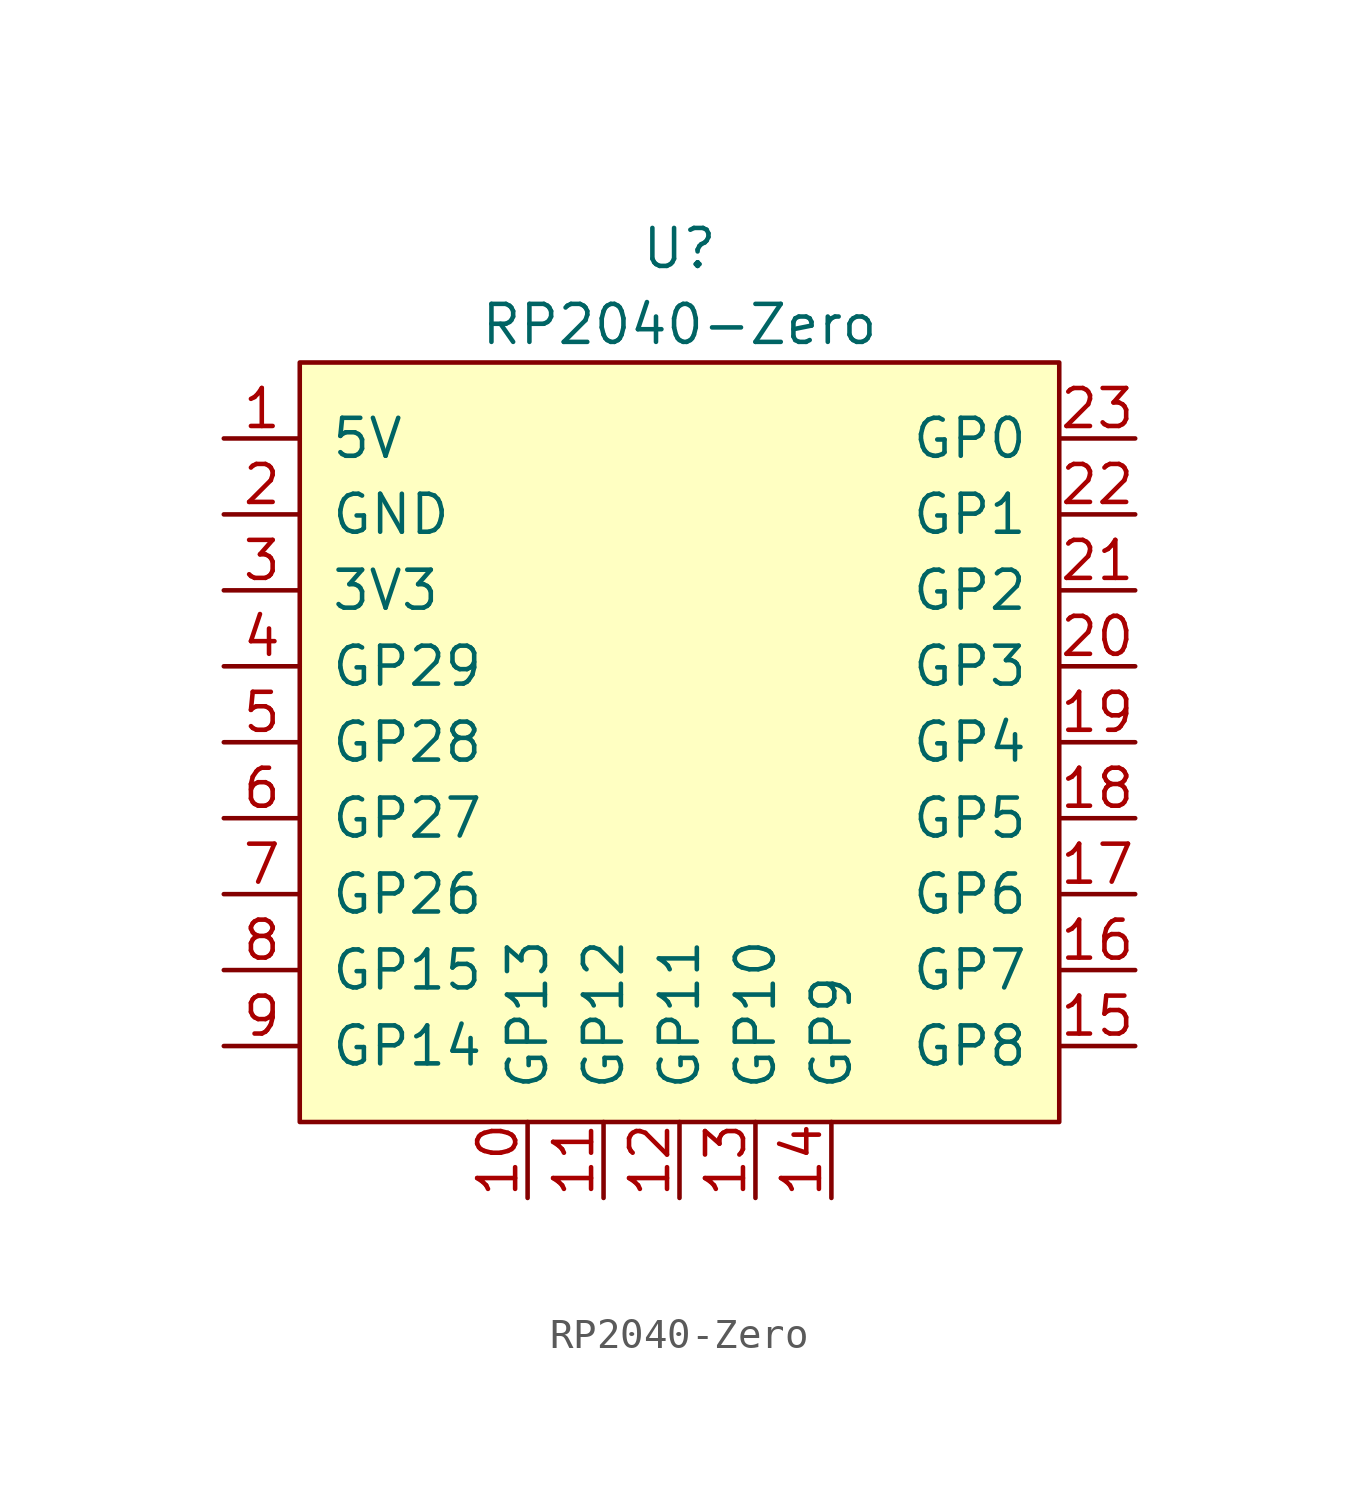
<source format=kicad_sym>
(kicad_symbol_lib
  (version 20220914)
  (generator kicad_symbol_editor)
  (symbol "RP2040-Zero"
    (pin_names
      (offset 1.016))
    (property "Reference" "U"
      (at 0 16.51 0)
      (effects (font (size 1.27 1.27))))
    (property "Value" "RP2040-Zero"
      (at 0 13.97 0)
      (effects (font (size 1.27 1.27))))
    (symbol "RP2040-Zero_1_1"
      (rectangle (start -12.7 12.7) (end 12.7 -12.7) (stroke (width 0) (type default)) (fill (type background)))
      (pin passive line (at -15.24 10.16 0) (length 2.54) (name "5V" (effects (font (size 1.27 1.27)))) (number "1" (effects (font (size 1.27 1.27)))))
      (pin bidirectional line (at -5.08 -15.24 90) (length 2.54) (name "GP13" (effects (font (size 1.27 1.27)))) (number "10" (effects (font (size 1.27 1.27)))))
      (pin bidirectional line (at -2.54 -15.24 90) (length 2.54) (name "GP12" (effects (font (size 1.27 1.27)))) (number "11" (effects (font (size 1.27 1.27)))))
      (pin bidirectional line (at 0 -15.24 90) (length 2.54) (name "GP11" (effects (font (size 1.27 1.27)))) (number "12" (effects (font (size 1.27 1.27)))))
      (pin bidirectional line (at 2.54 -15.24 90) (length 2.54) (name "GP10" (effects (font (size 1.27 1.27)))) (number "13" (effects (font (size 1.27 1.27)))))
      (pin bidirectional line (at 5.08 -15.24 90) (length 2.54) (name "GP9" (effects (font (size 1.27 1.27)))) (number "14" (effects (font (size 1.27 1.27)))))
      (pin bidirectional line (at 15.24 -10.16 180) (length 2.54) (name "GP8" (effects (font (size 1.27 1.27)))) (number "15" (effects (font (size 1.27 1.27)))))
      (pin bidirectional line (at 15.24 -7.62 180) (length 2.54) (name "GP7" (effects (font (size 1.27 1.27)))) (number "16" (effects (font (size 1.27 1.27)))))
      (pin bidirectional line (at 15.24 -5.08 180) (length 2.54) (name "GP6" (effects (font (size 1.27 1.27)))) (number "17" (effects (font (size 1.27 1.27)))))
      (pin bidirectional line (at 15.24 -2.54 180) (length 2.54) (name "GP5" (effects (font (size 1.27 1.27)))) (number "18" (effects (font (size 1.27 1.27)))))
      (pin bidirectional line (at 15.24 0 180) (length 2.54) (name "GP4" (effects (font (size 1.27 1.27)))) (number "19" (effects (font (size 1.27 1.27)))))
      (pin passive line (at -15.24 7.62 0) (length 2.54) (name "GND" (effects (font (size 1.27 1.27)))) (number "2" (effects (font (size 1.27 1.27)))))
      (pin bidirectional line (at 15.24 2.54 180) (length 2.54) (name "GP3" (effects (font (size 1.27 1.27)))) (number "20" (effects (font (size 1.27 1.27)))))
      (pin bidirectional line (at 15.24 5.08 180) (length 2.54) (name "GP2" (effects (font (size 1.27 1.27)))) (number "21" (effects (font (size 1.27 1.27)))))
      (pin bidirectional line (at 15.24 7.62 180) (length 2.54) (name "GP1" (effects (font (size 1.27 1.27)))) (number "22" (effects (font (size 1.27 1.27)))))
      (pin bidirectional line (at 15.24 10.16 180) (length 2.54) (name "GP0" (effects (font (size 1.27 1.27)))) (number "23" (effects (font (size 1.27 1.27)))))
      (pin passive line (at -15.24 5.08 0) (length 2.54) (name "3V3" (effects (font (size 1.27 1.27)))) (number "3" (effects (font (size 1.27 1.27)))))
      (pin bidirectional line (at -15.24 2.54 0) (length 2.54) (name "GP29" (effects (font (size 1.27 1.27)))) (number "4" (effects (font (size 1.27 1.27)))))
      (pin bidirectional line (at -15.24 0 0) (length 2.54) (name "GP28" (effects (font (size 1.27 1.27)))) (number "5" (effects (font (size 1.27 1.27)))))
      (pin bidirectional line (at -15.24 -2.54 0) (length 2.54) (name "GP27" (effects (font (size 1.27 1.27)))) (number "6" (effects (font (size 1.27 1.27)))))
      (pin bidirectional line (at -15.24 -5.08 0) (length 2.54) (name "GP26" (effects (font (size 1.27 1.27)))) (number "7" (effects (font (size 1.27 1.27)))))
      (pin bidirectional line (at -15.24 -7.62 0) (length 2.54) (name "GP15" (effects (font (size 1.27 1.27)))) (number "8" (effects (font (size 1.27 1.27)))))
      (pin bidirectional line (at -15.24 -10.16 0) (length 2.54) (name "GP14" (effects (font (size 1.27 1.27)))) (number "9" (effects (font (size 1.27 1.27))))))))
</source>
